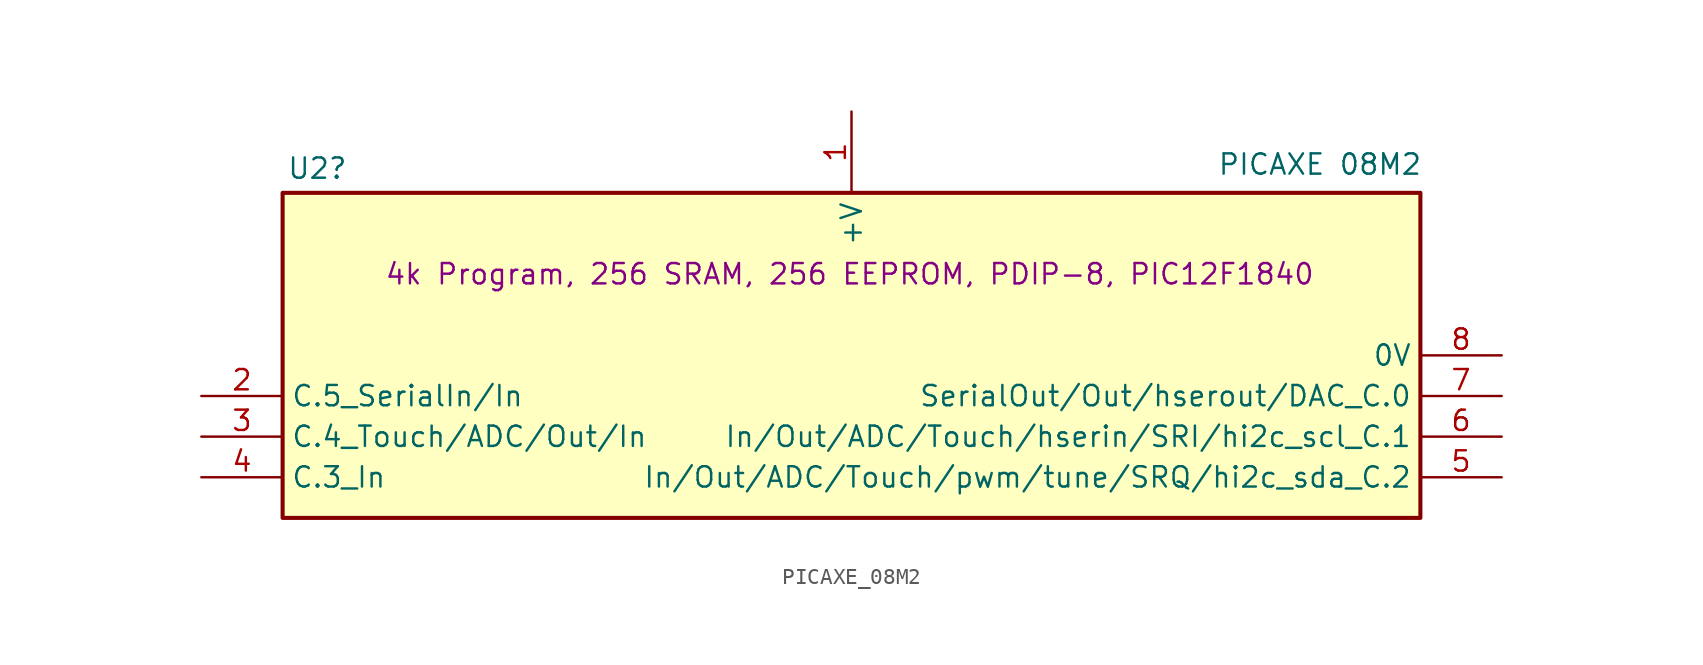
<source format=kicad_sym>
(kicad_symbol_lib
  (version 20231120)
  (generator "kicad_symbol_editor")
  (generator_version "8.0")
  (symbol "PICAXE_08M2"
    (property "Reference" "U2"
      (at -35.306 11.684 0)
      (effects (font (size 1.27 1.27)) (justify left)))
    (property "Value" "PICAXE 08M2"
      (at 22.86 11.938 0)
      (effects (font (size 1.27 1.27)) (justify left)))
    (property "Description" "4k Program, 256 SRAM, 256 EEPROM, PDIP-8, PIC12F1840"
      (at -29.21 5.08 0)
      (effects (font (size 1.27 1.27)) (justify left)))
    (symbol "PICAXE_08M2_0_1"
      (rectangle (start -35.56 10.16) (end 35.56 -10.16) (stroke (width 0.254) (type default)) (fill (type background))))
    (symbol "PICAXE_08M2_1_1"
      (pin power_in line (at 0 15.24 270) (length 5.08) (name "+V" (effects (font (size 1.27 1.27)))) (number "1" (effects (font (size 1.27 1.27)))))
      (pin bidirectional line (at -40.64 -2.54 0) (length 5.08) (name "C.5_SerialIn/In" (effects (font (size 1.27 1.27)))) (number "2" (effects (font (size 1.27 1.27)))))
      (pin bidirectional line (at -40.64 -5.08 0) (length 5.08) (name "C.4_Touch/ADC/Out/In" (effects (font (size 1.27 1.27)))) (number "3" (effects (font (size 1.27 1.27)))))
      (pin input line (at -40.64 -7.62 0) (length 5.08) (name "C.3_In" (effects (font (size 1.27 1.27)))) (number "4" (effects (font (size 1.27 1.27)))))
      (pin bidirectional line (at 40.64 -7.62 180) (length 5.08) (name "In/Out/ADC/Touch/pwm/tune/SRQ/hi2c_sda_C.2" (effects (font (size 1.27 1.27)))) (number "5" (effects (font (size 1.27 1.27)))))
      (pin bidirectional line (at 40.64 -5.08 180) (length 5.08) (name "In/Out/ADC/Touch/hserin/SRI/hi2c_scl_C.1" (effects (font (size 1.27 1.27)))) (number "6" (effects (font (size 1.27 1.27)))))
      (pin bidirectional line (at 40.64 -2.54 180) (length 5.08) (name "SerialOut/Out/hserout/DAC_C.0" (effects (font (size 1.27 1.27)))) (number "7" (effects (font (size 1.27 1.27)))))
      (pin power_in line (at 40.64 0 180) (length 5.08) (name "0V" (effects (font (size 1.27 1.27)))) (number "8" (effects (font (size 1.27 1.27))))))))
</source>
